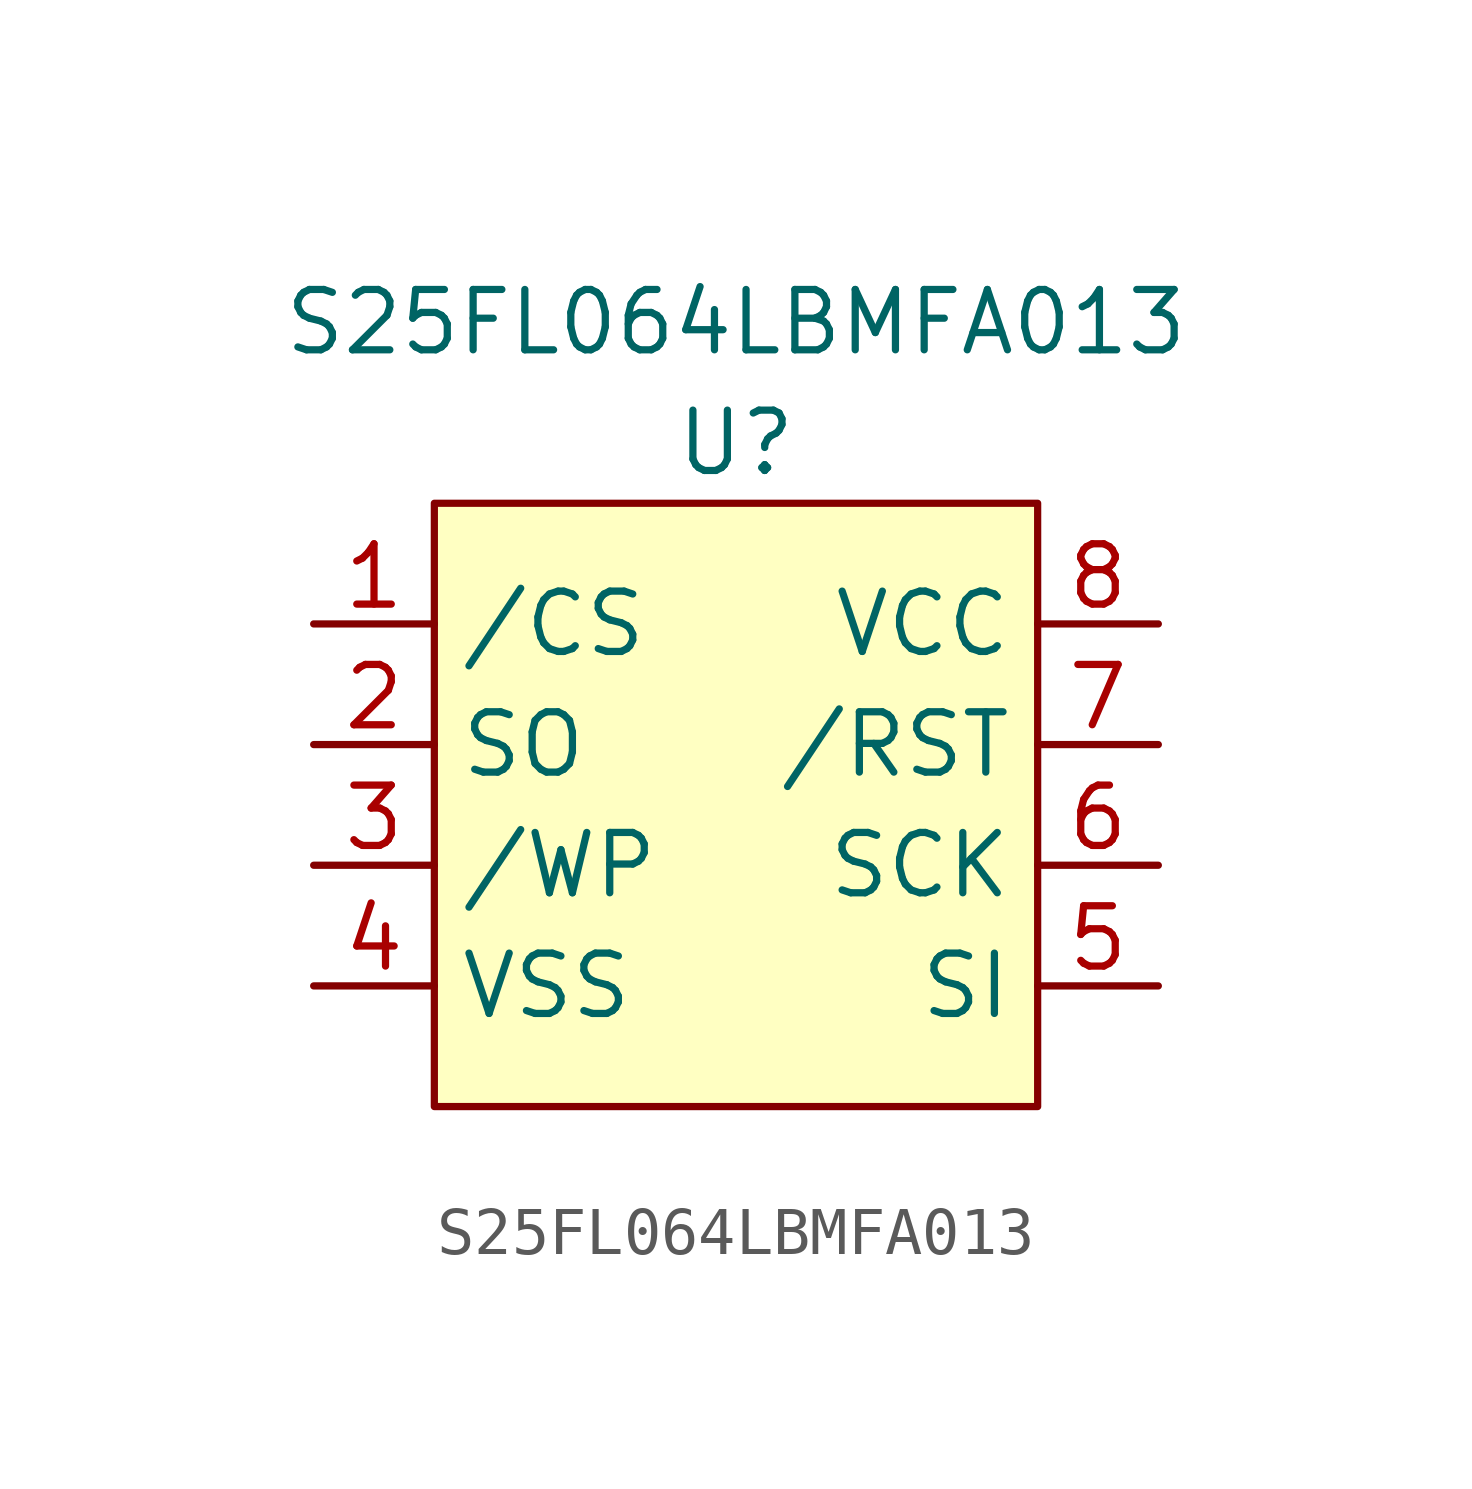
<source format=kicad_sym>
(kicad_symbol_lib
  (version 20211014)
  (generator kicad_symbol_editor)
  (symbol "S25FL064LBMFA013"
    (property "Reference" "U"
      (at 0 0 0)
      (effects (font (size 1.27 1.27))))
    (property "Value" "S25FL064LBMFA013"
      (at 0 2.54 0)
      (effects (font (size 1.27 1.27))))
    (symbol "S25FL064LBMFA013_0_1"
      (rectangle (start -6.35 -1.27) (end 6.35 -13.97) (stroke (width 0.152) (type default) (color 0 0 0 0)) (fill (type background)))
      (pin bidirectional line (at -8.89 -3.81 0) (length 2.54) (name "/CS" (effects (font (size 1.27 1.27)))) (number "1" (effects (font (size 1.27 1.27)))))
      (pin bidirectional line (at -8.89 -6.35 0) (length 2.54) (name "SO" (effects (font (size 1.27 1.27)))) (number "2" (effects (font (size 1.27 1.27)))))
      (pin bidirectional line (at -8.89 -8.89 0) (length 2.54) (name "/WP" (effects (font (size 1.27 1.27)))) (number "3" (effects (font (size 1.27 1.27)))))
      (pin bidirectional line (at -8.89 -11.43 0) (length 2.54) (name "VSS" (effects (font (size 1.27 1.27)))) (number "4" (effects (font (size 1.27 1.27)))))
      (pin bidirectional line (at 8.89 -11.43 180) (length 2.54) (name "SI" (effects (font (size 1.27 1.27)))) (number "5" (effects (font (size 1.27 1.27)))))
      (pin bidirectional line (at 8.89 -8.89 180) (length 2.54) (name "SCK" (effects (font (size 1.27 1.27)))) (number "6" (effects (font (size 1.27 1.27)))))
      (pin bidirectional line (at 8.89 -6.35 180) (length 2.54) (name "/RST" (effects (font (size 1.27 1.27)))) (number "7" (effects (font (size 1.27 1.27)))))
      (pin bidirectional line (at 8.89 -3.81 180) (length 2.54) (name "VCC" (effects (font (size 1.27 1.27)))) (number "8" (effects (font (size 1.27 1.27))))))))
</source>
